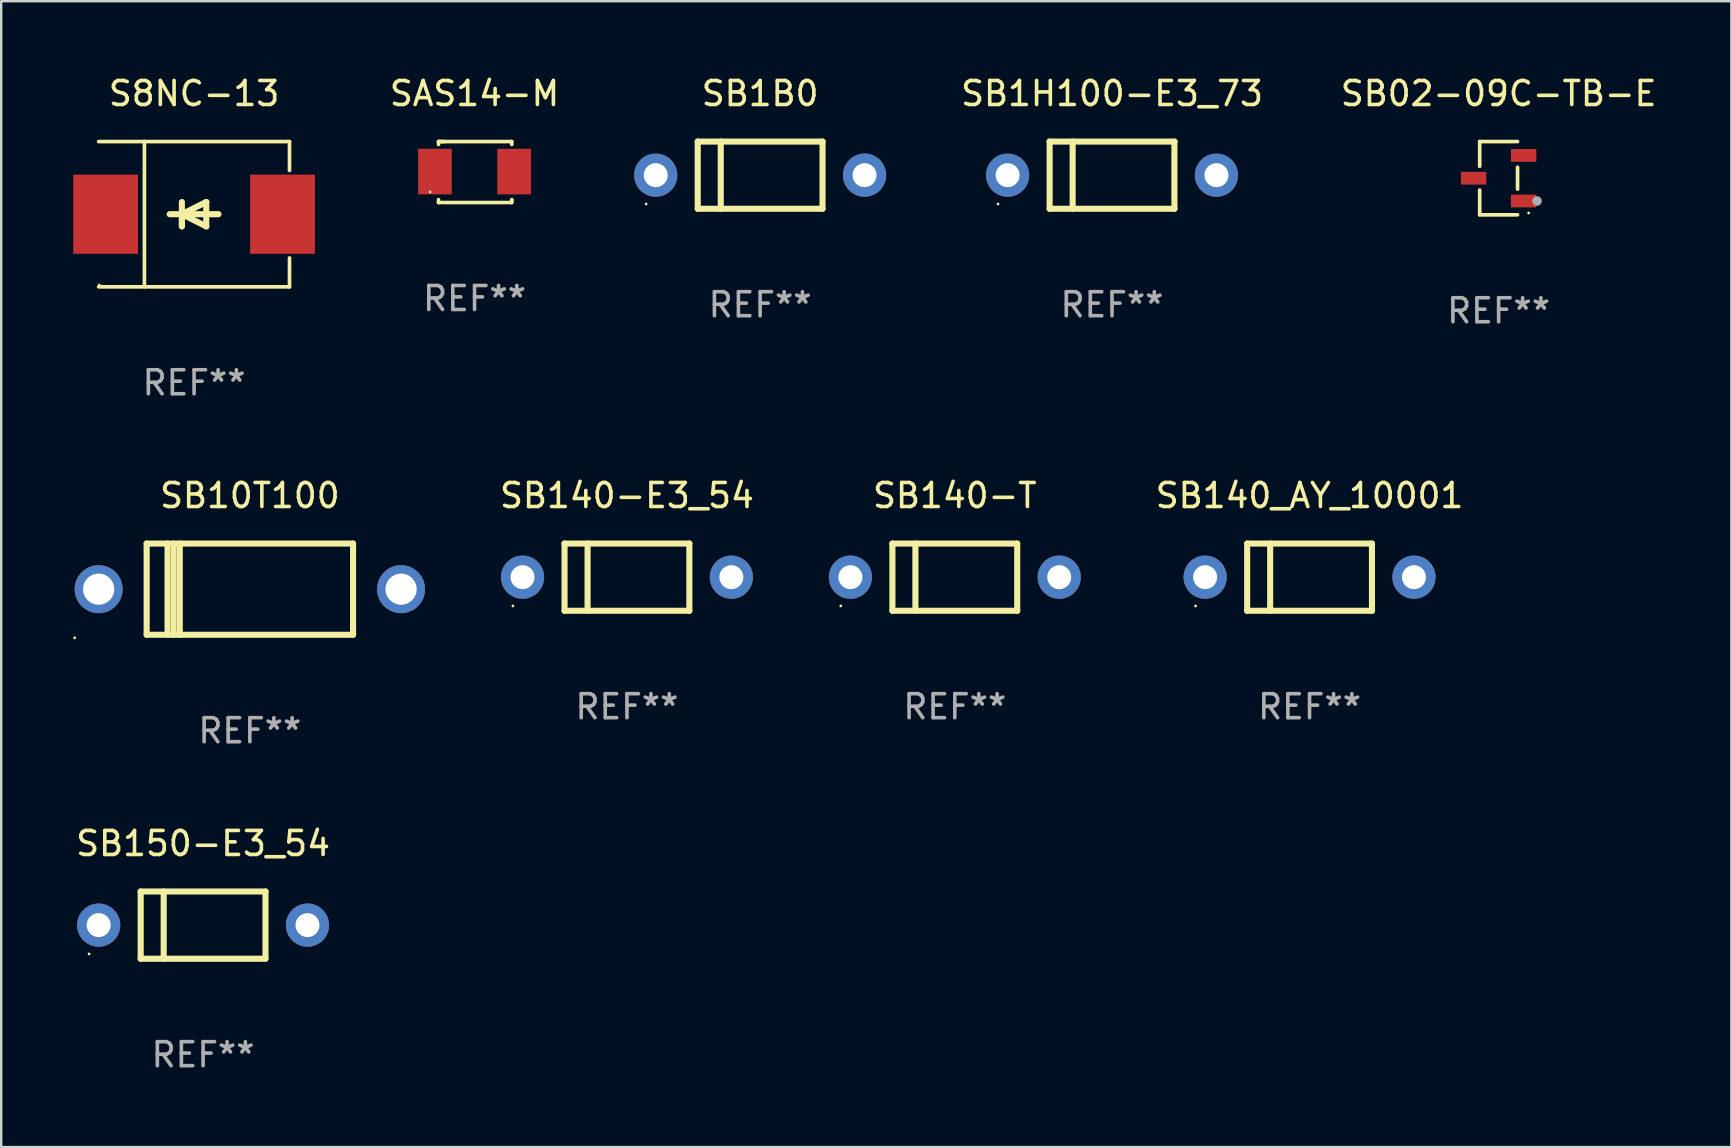
<source format=kicad_pcb>
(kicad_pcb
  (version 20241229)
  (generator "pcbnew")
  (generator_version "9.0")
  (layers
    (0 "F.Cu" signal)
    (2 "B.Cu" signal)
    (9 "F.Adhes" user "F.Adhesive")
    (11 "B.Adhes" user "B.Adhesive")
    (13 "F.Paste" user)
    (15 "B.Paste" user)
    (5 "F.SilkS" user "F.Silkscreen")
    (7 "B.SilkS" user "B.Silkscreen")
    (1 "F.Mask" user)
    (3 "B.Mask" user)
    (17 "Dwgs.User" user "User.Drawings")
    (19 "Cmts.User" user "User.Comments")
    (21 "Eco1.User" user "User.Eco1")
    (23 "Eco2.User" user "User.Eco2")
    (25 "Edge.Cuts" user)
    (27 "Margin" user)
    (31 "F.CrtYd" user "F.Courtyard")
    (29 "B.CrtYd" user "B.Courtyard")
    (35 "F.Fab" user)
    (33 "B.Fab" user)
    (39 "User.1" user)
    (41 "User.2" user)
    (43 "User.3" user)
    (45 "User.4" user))
  (footprint "S8NC-13"
    (layer "F.Cu")
    (at 5.036 5.874)
    (property "Reference" "S8NC-13" (at 0 -5.026 0) (layer "F.SilkS") (effects (font (size 1 1) (thickness 0.15))))
    (attr through_hole)
    (fp_line (start -3.976 -3.026) (end 3.976 -3.026) (stroke (width 0.152) (type solid)) (layer "F.SilkS"))
    (fp_line (start -3.976 3.026) (end 3.976 3.026) (stroke (width 0.152) (type solid)) (layer "F.SilkS"))
    (fp_line (start -2.069 -3.026) (end -2.069 3.026) (stroke (width 0.152) (type solid)) (layer "F.SilkS"))
    (fp_line (start -0.508 0) (end -0.508 0.508) (stroke (width 0.254) (type solid)) (layer "F.SilkS"))
    (fp_line (start -0.508 0) (end 0.508 0.508) (stroke (width 0.254) (type solid)) (layer "F.SilkS"))
    (fp_line (start -0.508 0.508) (end -0.508 -0.508) (stroke (width 0.254) (type solid)) (layer "F.SilkS"))
    (fp_line (start 0.508 -0.508) (end -0.508 0) (stroke (width 0.254) (type solid)) (layer "F.SilkS"))
    (fp_line (start 0.508 0.508) (end 0.508 -0.508) (stroke (width 0.254) (type solid)) (layer "F.SilkS"))
    (fp_line (start 1.016 0) (end -1.016 0) (stroke (width 0.254) (type solid)) (layer "F.SilkS"))
    (fp_line (start 3.976 -3.026) (end 3.976 -1.823) (stroke (width 0.152) (type solid)) (layer "F.SilkS"))
    (fp_line (start 3.976 3.026) (end 3.976 1.823) (stroke (width 0.152) (type solid)) (layer "F.SilkS"))
    (fp_circle (center -3.95 2.95) (end -3.92 2.95) (stroke (width 0.06) (type solid)) (fill no) (layer "F.SilkS"))
    (fp_text user "REF**" (at 0 7.026 0) (layer "F.Fab") (effects (font (size 1 1) (thickness 0.15))))
    (pad "1" smd rect (at -3.686 0) (size 2.7 3.3) (layers "F.Cu" "F.Mask" "F.Paste"))
    (pad "2" smd rect (at 3.686 0) (size 2.7 3.3) (layers "F.Cu" "F.Mask" "F.Paste")))
  (footprint "SB140_AY_10001"
    (layer "F.Cu")
    (at 51.511 20.997)
    (property "Reference" "SB140_AY_10001" (at 0 -3.4 0) (layer "F.SilkS") (effects (font (size 1 1) (thickness 0.15))))
    (attr through_hole)
    (fp_line (start -2.6 -1.4) (end -2.6 1.4) (stroke (width 0.254) (type solid)) (layer "F.SilkS"))
    (fp_line (start -2.6 -1.4) (end 2.6 -1.4) (stroke (width 0.254) (type solid)) (layer "F.SilkS"))
    (fp_line (start -2.6 1.4) (end 2.6 1.4) (stroke (width 0.254) (type solid)) (layer "F.SilkS"))
    (fp_line (start -1.641 -1.4) (end -1.641 1.4) (stroke (width 0.254) (type solid)) (layer "F.SilkS"))
    (fp_line (start 2.6 -1.4) (end 2.6 1.4) (stroke (width 0.254) (type solid)) (layer "F.SilkS"))
    (fp_circle (center -4.75 1.2) (end -4.72 1.2) (stroke (width 0.06) (type solid)) (fill no) (layer "F.SilkS"))
    (fp_text user "REF**" (at 0 5.4 0) (layer "F.Fab") (effects (font (size 1 1) (thickness 0.15))))
    (pad "1" thru_hole circle (at -4.35 0) (size 1.8 1.8) (drill 1) (layers "*.Cu" "*.Mask"))
    (pad "2" thru_hole circle (at 4.35 0) (size 1.8 1.8) (drill 1) (layers "*.Cu" "*.Mask")))
  (footprint "SB140-T"
    (layer "F.Cu")
    (at 36.731 20.997)
    (property "Reference" "SB140-T" (at 0 -3.4 0) (layer "F.SilkS") (effects (font (size 1 1) (thickness 0.15))))
    (attr through_hole)
    (fp_line (start -2.6 -1.4) (end -2.6 1.4) (stroke (width 0.254) (type solid)) (layer "F.SilkS"))
    (fp_line (start -2.6 -1.4) (end 2.6 -1.4) (stroke (width 0.254) (type solid)) (layer "F.SilkS"))
    (fp_line (start -2.6 1.4) (end 2.6 1.4) (stroke (width 0.254) (type solid)) (layer "F.SilkS"))
    (fp_line (start -1.641 -1.4) (end -1.641 1.4) (stroke (width 0.254) (type solid)) (layer "F.SilkS"))
    (fp_line (start 2.6 -1.4) (end 2.6 1.4) (stroke (width 0.254) (type solid)) (layer "F.SilkS"))
    (fp_circle (center -4.75 1.2) (end -4.72 1.2) (stroke (width 0.06) (type solid)) (fill no) (layer "F.SilkS"))
    (fp_text user "REF**" (at 0 5.4 0) (layer "F.Fab") (effects (font (size 1 1) (thickness 0.15))))
    (pad "1" thru_hole circle (at -4.35 0) (size 1.8 1.8) (drill 1) (layers "*.Cu" "*.Mask"))
    (pad "2" thru_hole circle (at 4.35 0) (size 1.8 1.8) (drill 1) (layers "*.Cu" "*.Mask")))
  (footprint "SB1H100-E3_73"
    (layer "F.Cu")
    (at 43.281 4.248)
    (property "Reference" "SB1H100-E3_73" (at 0 -3.4 0) (layer "F.SilkS") (effects (font (size 1 1) (thickness 0.15))))
    (attr through_hole)
    (fp_line (start -2.6 -1.4) (end -2.6 1.4) (stroke (width 0.254) (type solid)) (layer "F.SilkS"))
    (fp_line (start -2.6 -1.4) (end 2.6 -1.4) (stroke (width 0.254) (type solid)) (layer "F.SilkS"))
    (fp_line (start -2.6 1.4) (end 2.6 1.4) (stroke (width 0.254) (type solid)) (layer "F.SilkS"))
    (fp_line (start -1.641 -1.4) (end -1.641 1.4) (stroke (width 0.254) (type solid)) (layer "F.SilkS"))
    (fp_line (start 2.6 -1.4) (end 2.6 1.4) (stroke (width 0.254) (type solid)) (layer "F.SilkS"))
    (fp_circle (center -4.75 1.2) (end -4.72 1.2) (stroke (width 0.06) (type solid)) (fill no) (layer "F.SilkS"))
    (fp_text user "REF**" (at 0 5.4 0) (layer "F.Fab") (effects (font (size 1 1) (thickness 0.15))))
    (pad "1" thru_hole circle (at -4.35 0) (size 1.8 1.8) (drill 1) (layers "*.Cu" "*.Mask"))
    (pad "2" thru_hole circle (at 4.35 0) (size 1.8 1.8) (drill 1) (layers "*.Cu" "*.Mask")))
  (footprint "SB1B0"
    (layer "F.Cu")
    (at 28.62 4.248)
    (property "Reference" "SB1B0" (at 0 -3.4 0) (layer "F.SilkS") (effects (font (size 1 1) (thickness 0.15))))
    (attr through_hole)
    (fp_line (start -2.6 -1.4) (end -2.6 1.4) (stroke (width 0.254) (type solid)) (layer "F.SilkS"))
    (fp_line (start -2.6 -1.4) (end 2.6 -1.4) (stroke (width 0.254) (type solid)) (layer "F.SilkS"))
    (fp_line (start -2.6 1.4) (end 2.6 1.4) (stroke (width 0.254) (type solid)) (layer "F.SilkS"))
    (fp_line (start -1.641 -1.4) (end -1.641 1.4) (stroke (width 0.254) (type solid)) (layer "F.SilkS"))
    (fp_line (start 2.6 -1.4) (end 2.6 1.4) (stroke (width 0.254) (type solid)) (layer "F.SilkS"))
    (fp_circle (center -4.75 1.2) (end -4.72 1.2) (stroke (width 0.06) (type solid)) (fill no) (layer "F.SilkS"))
    (fp_text user "REF**" (at 0 5.4 0) (layer "F.Fab") (effects (font (size 1 1) (thickness 0.15))))
    (pad "1" thru_hole circle (at -4.35 0) (size 1.8 1.8) (drill 1) (layers "*.Cu" "*.Mask"))
    (pad "2" thru_hole circle (at 4.35 0) (size 1.8 1.8) (drill 1) (layers "*.Cu" "*.Mask")))
  (footprint "SB140-E3_54"
    (layer "F.Cu")
    (at 23.071 20.997)
    (property "Reference" "SB140-E3_54" (at 0 -3.4 0) (layer "F.SilkS") (effects (font (size 1 1) (thickness 0.15))))
    (attr through_hole)
    (fp_line (start -2.6 -1.4) (end -2.6 1.4) (stroke (width 0.254) (type solid)) (layer "F.SilkS"))
    (fp_line (start -2.6 -1.4) (end 2.6 -1.4) (stroke (width 0.254) (type solid)) (layer "F.SilkS"))
    (fp_line (start -2.6 1.4) (end 2.6 1.4) (stroke (width 0.254) (type solid)) (layer "F.SilkS"))
    (fp_line (start -1.641 -1.4) (end -1.641 1.4) (stroke (width 0.254) (type solid)) (layer "F.SilkS"))
    (fp_line (start 2.6 -1.4) (end 2.6 1.4) (stroke (width 0.254) (type solid)) (layer "F.SilkS"))
    (fp_circle (center -4.75 1.2) (end -4.72 1.2) (stroke (width 0.06) (type solid)) (fill no) (layer "F.SilkS"))
    (fp_text user "REF**" (at 0 5.4 0) (layer "F.Fab") (effects (font (size 1 1) (thickness 0.15))))
    (pad "1" thru_hole circle (at -4.35 0) (size 1.8 1.8) (drill 1) (layers "*.Cu" "*.Mask"))
    (pad "2" thru_hole circle (at 4.35 0) (size 1.8 1.8) (drill 1) (layers "*.Cu" "*.Mask")))
  (footprint "SB02-09C-TB-E"
    (layer "F.Cu")
    (at 59.388 4.374)
    (property "Reference" "SB02-09C-TB-E" (at 0 -3.526 0) (layer "F.SilkS") (effects (font (size 1 1) (thickness 0.15))))
    (attr through_hole)
    (fp_line (start -0.789 -1.526) (end -0.789 -0.495) (stroke (width 0.152) (type solid)) (layer "F.SilkS"))
    (fp_line (start -0.789 1.526) (end -0.789 0.495) (stroke (width 0.152) (type solid)) (layer "F.SilkS"))
    (fp_line (start 0.789 -1.526) (end -0.789 -1.526) (stroke (width 0.152) (type solid)) (layer "F.SilkS"))
    (fp_line (start 0.789 -0.455) (end 0.789 0.455) (stroke (width 0.152) (type solid)) (layer "F.SilkS"))
    (fp_line (start 0.789 1.526) (end -0.789 1.526) (stroke (width 0.152) (type solid)) (layer "F.SilkS"))
    (fp_circle (center 1.25 1.45) (end 1.28 1.45) (stroke (width 0.06) (type solid)) (fill no) (layer "F.SilkS"))
    (fp_circle (center 1.6 0.95) (end 1.7 0.95) (stroke (width 0.2) (type solid)) (fill no) (layer "F.Fab"))
    (fp_text user "REF**" (at 0 5.526 0) (layer "F.Fab") (effects (font (size 1 1) (thickness 0.15))))
    (pad "1" smd rect (at 1.041 0.95) (size 1.058 0.532) (layers "F.Cu" "F.Mask" "F.Paste"))
    (pad "2" smd rect (at 1.041 -0.95) (size 1.058 0.532) (layers "F.Cu" "F.Mask" "F.Paste"))
    (pad "3" smd rect (at -1.041 0) (size 1.058 0.532) (layers "F.Cu" "F.Mask" "F.Paste")))
  (footprint "SB150-E3_54"
    (layer "F.Cu")
    (at 5.411 35.494)
    (property "Reference" "SB150-E3_54" (at 0 -3.4 0) (layer "F.SilkS") (effects (font (size 1 1) (thickness 0.15))))
    (attr through_hole)
    (fp_line (start -2.6 -1.4) (end -2.6 1.4) (stroke (width 0.254) (type solid)) (layer "F.SilkS"))
    (fp_line (start -2.6 -1.4) (end 2.6 -1.4) (stroke (width 0.254) (type solid)) (layer "F.SilkS"))
    (fp_line (start -2.6 1.4) (end 2.6 1.4) (stroke (width 0.254) (type solid)) (layer "F.SilkS"))
    (fp_line (start -1.641 -1.4) (end -1.641 1.4) (stroke (width 0.254) (type solid)) (layer "F.SilkS"))
    (fp_line (start 2.6 -1.4) (end 2.6 1.4) (stroke (width 0.254) (type solid)) (layer "F.SilkS"))
    (fp_circle (center -4.75 1.2) (end -4.72 1.2) (stroke (width 0.06) (type solid)) (fill no) (layer "F.SilkS"))
    (fp_text user "REF**" (at 0 5.4 0) (layer "F.Fab") (effects (font (size 1 1) (thickness 0.15))))
    (pad "1" thru_hole circle (at -4.35 0) (size 1.8 1.8) (drill 1) (layers "*.Cu" "*.Mask"))
    (pad "2" thru_hole circle (at 4.35 0) (size 1.8 1.8) (drill 1) (layers "*.Cu" "*.Mask")))
  (footprint "SB10T100"
    (layer "F.Cu")
    (at 7.36 21.497)
    (property "Reference" "SB10T100" (at 0 -3.9 0) (layer "F.SilkS") (effects (font (size 1 1) (thickness 0.15))))
    (attr through_hole)
    (fp_line (start -4.3 -1.9) (end 4.3 -1.9) (stroke (width 0.254) (type solid)) (layer "F.SilkS"))
    (fp_line (start -4.3 1.9) (end -4.3 -1.9) (stroke (width 0.254) (type solid)) (layer "F.SilkS"))
    (fp_line (start -3.429 1.9) (end -3.429 -1.9) (stroke (width 0.254) (type solid)) (layer "F.SilkS"))
    (fp_line (start -3.175 1.9) (end -3.175 -1.9) (stroke (width 0.254) (type solid)) (layer "F.SilkS"))
    (fp_line (start -2.921 1.9) (end -2.921 -1.9) (stroke (width 0.254) (type solid)) (layer "F.SilkS"))
    (fp_line (start 4.3 -1.9) (end 4.3 1.9) (stroke (width 0.254) (type solid)) (layer "F.SilkS"))
    (fp_line (start 4.3 1.9) (end -4.3 1.9) (stroke (width 0.254) (type solid)) (layer "F.SilkS"))
    (fp_circle (center -7.3 2.027) (end -7.27 2.027) (stroke (width 0.06) (type solid)) (fill no) (layer "F.SilkS"))
    (fp_text user "REF**" (at 0 5.9 0) (layer "F.Fab") (effects (font (size 1 1) (thickness 0.15))))
    (pad "1" thru_hole circle (at -6.3 0) (size 2 2) (drill 1.3) (layers "*.Cu" "*.Mask"))
    (pad "2" thru_hole circle (at 6.3 0) (size 2 2) (drill 1.3) (layers "*.Cu" "*.Mask")))
  (footprint "SAS14-M"
    (layer "F.Cu")
    (at 16.721 4.118)
    (property "Reference" "SAS14-M" (at 0 -3.27 0) (layer "F.SilkS") (effects (font (size 1 1) (thickness 0.15))))
    (attr through_hole)
    (fp_line (start -1.5 -1.27) (end -1.247 -1.27) (stroke (width 0.152) (type solid)) (layer "F.SilkS"))
    (fp_line (start -1.5 -1.27) (end 1.55 -1.27) (stroke (width 0.152) (type solid)) (layer "F.SilkS"))
    (fp_line (start -1.5 -1.15) (end -1.5 -1.27) (stroke (width 0.152) (type solid)) (layer "F.SilkS"))
    (fp_line (start -1.5 1.27) (end -1.5 1.15) (stroke (width 0.152) (type solid)) (layer "F.SilkS"))
    (fp_line (start 1.55 -1.27) (end 1.55 -1.15) (stroke (width 0.152) (type solid)) (layer "F.SilkS"))
    (fp_line (start 1.55 1.15) (end 1.55 1.17) (stroke (width 0.152) (type solid)) (layer "F.SilkS"))
    (fp_line (start 1.55 1.17) (end 1.55 1.27) (stroke (width 0.152) (type solid)) (layer "F.SilkS"))
    (fp_line (start 1.55 1.27) (end -1.5 1.27) (stroke (width 0.152) (type solid)) (layer "F.SilkS"))
    (fp_circle (center -1.85 0.83) (end -1.82 0.83) (stroke (width 0.06) (type solid)) (fill no) (layer "F.SilkS"))
    (fp_text user "REF**" (at 0 5.27 0) (layer "F.Fab") (effects (font (size 1 1) (thickness 0.15))))
    (pad "1" smd rect (at -1.65 -0.02 180) (size 1.4 1.9) (layers "F.Cu" "F.Mask" "F.Paste"))
    (pad "2" smd rect (at 1.65 -0.02 180) (size 1.4 1.9) (layers "F.Cu" "F.Mask" "F.Paste")))
  (gr_rect
    (start -3 -3)
    (end 69.085 44.742)
    (stroke (width 0.1) (type default))
    (fill no)
    (layer "Edge.Cuts")))
</source>
